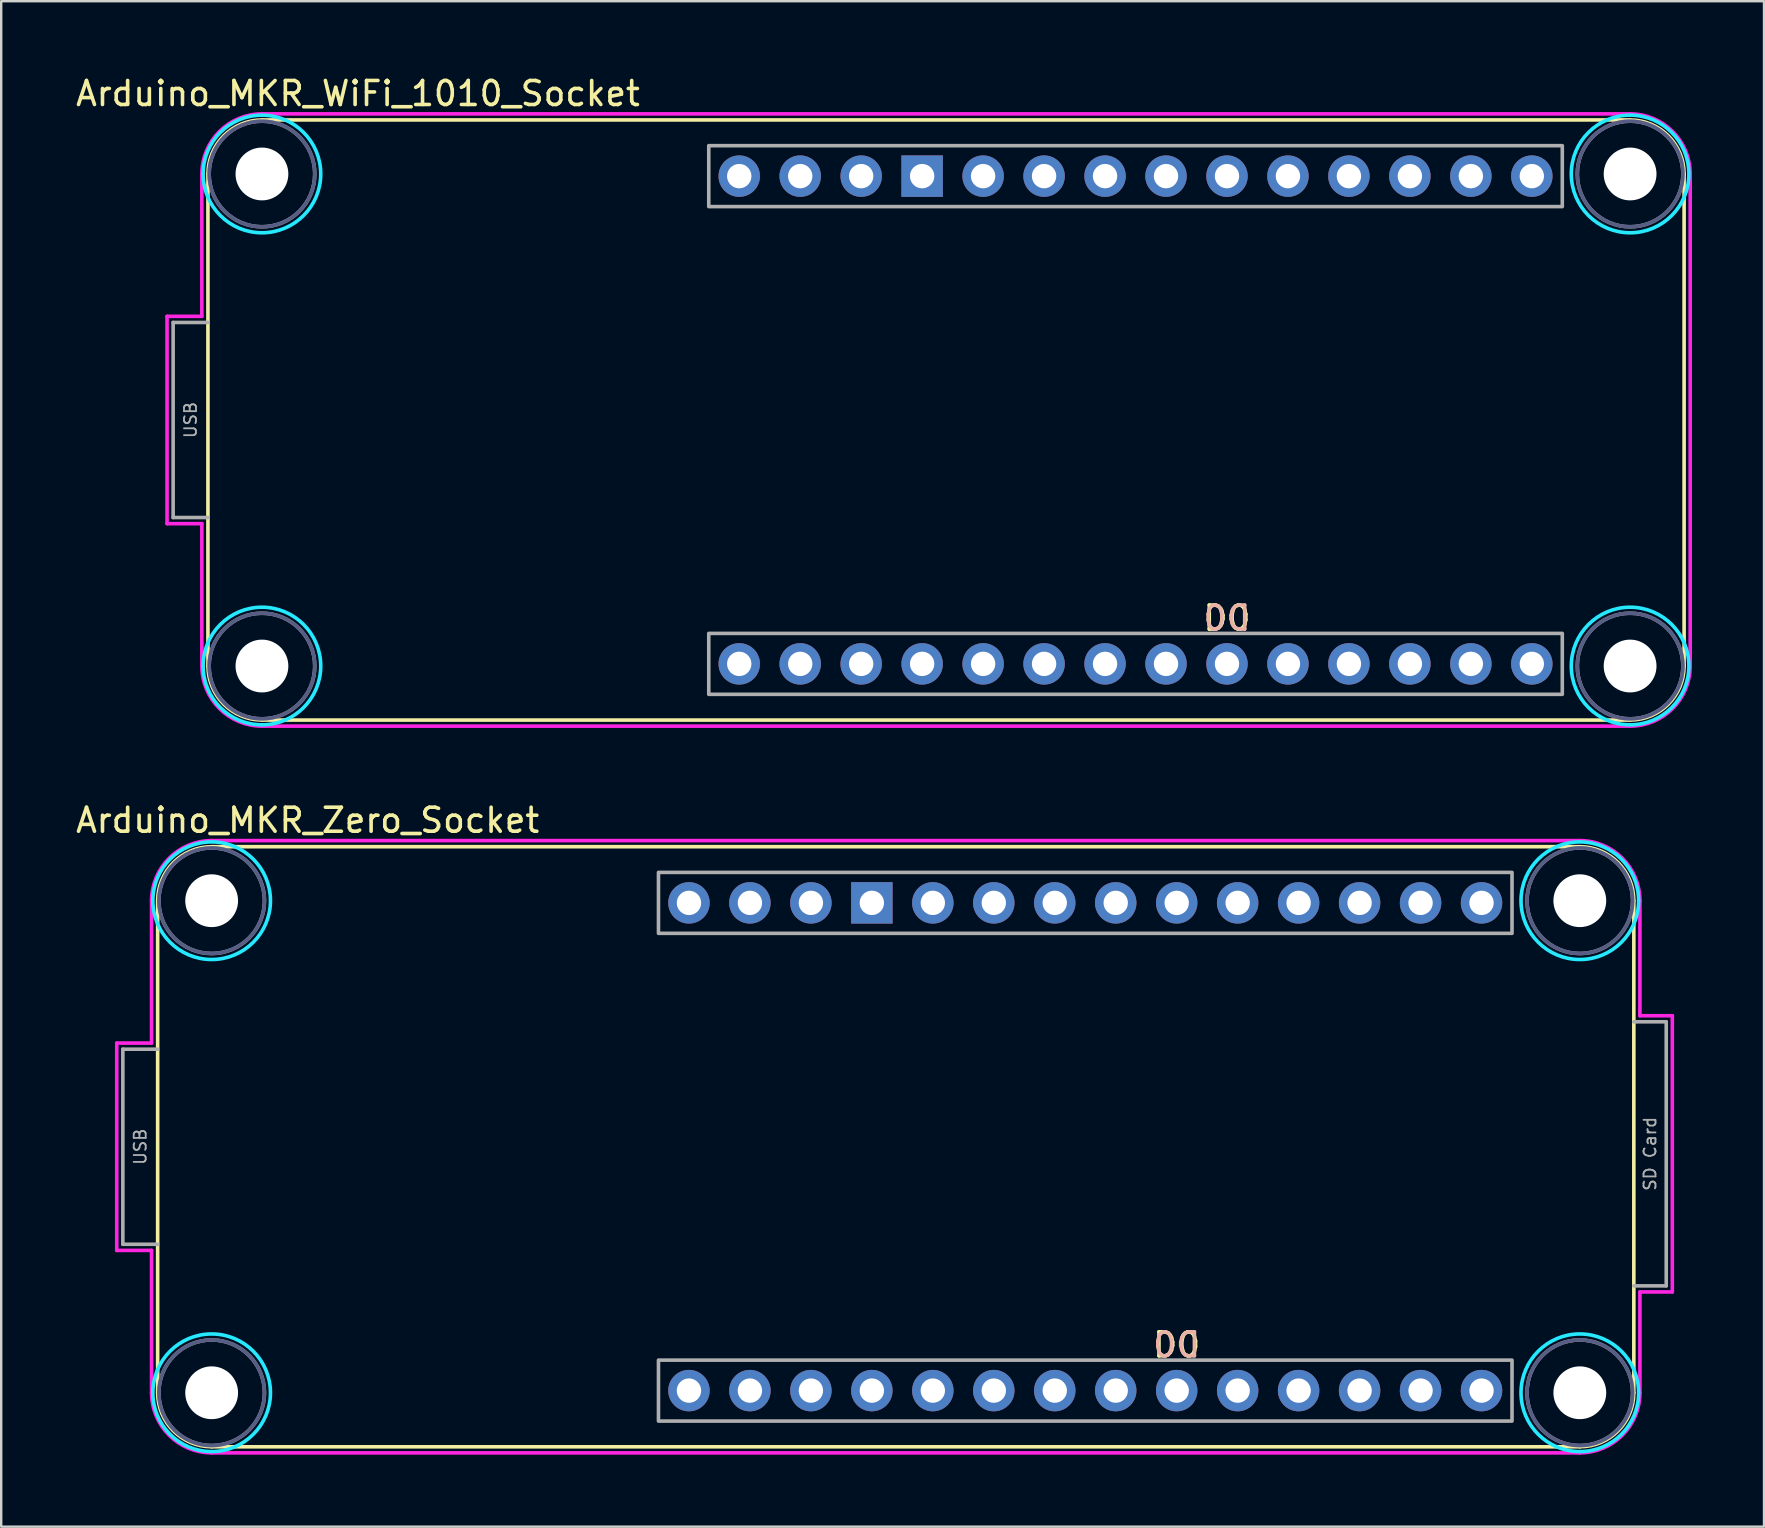
<source format=kicad_pcb>
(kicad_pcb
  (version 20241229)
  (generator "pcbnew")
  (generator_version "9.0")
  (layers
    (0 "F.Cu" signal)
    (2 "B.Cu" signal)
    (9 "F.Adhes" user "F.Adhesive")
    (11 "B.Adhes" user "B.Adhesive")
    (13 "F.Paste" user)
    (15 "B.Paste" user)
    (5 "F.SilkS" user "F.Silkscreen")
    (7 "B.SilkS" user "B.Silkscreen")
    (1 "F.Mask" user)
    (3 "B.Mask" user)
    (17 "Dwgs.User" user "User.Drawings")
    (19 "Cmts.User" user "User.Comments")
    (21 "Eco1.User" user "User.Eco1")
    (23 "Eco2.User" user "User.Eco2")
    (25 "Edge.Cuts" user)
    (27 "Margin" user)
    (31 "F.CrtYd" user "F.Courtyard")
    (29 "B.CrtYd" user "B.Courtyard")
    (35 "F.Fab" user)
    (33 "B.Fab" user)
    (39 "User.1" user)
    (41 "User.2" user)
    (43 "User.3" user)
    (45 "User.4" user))
  (footprint "Arduino_MKR_Zero_Socket"
    (layer "F.Cu")
    (at 5.768 34.475)
    (property "Reference" "Arduino_MKR_Zero_Socket" (at 4 -3.35 0) (unlocked yes) (layer "F.SilkS") (effects (font (size 1 1) (thickness 0.15))))
    (attr through_hole)
    (fp_line (start -2.25 20.5) (end -2.25 0) (stroke (width 0.15) (type solid)) (layer "F.SilkS"))
    (fp_line (start 0 -2.25) (end 57 -2.25) (stroke (width 0.15) (type solid)) (layer "F.SilkS"))
    (fp_line (start 0 22.75) (end 57 22.75) (stroke (width 0.15) (type solid)) (layer "F.SilkS"))
    (fp_line (start 59.25 20.5) (end 59.25 0) (stroke (width 0.15) (type solid)) (layer "F.SilkS"))
    (fp_arc (start -2.25 0) (mid -1.59099 -1.59099) (end 0 -2.25) (stroke (width 0.15) (type solid)) (layer "F.SilkS"))
    (fp_arc (start 0 22.75) (mid -1.59099 22.09099) (end -2.25 20.5) (stroke (width 0.15) (type solid)) (layer "F.SilkS"))
    (fp_arc (start 57 -2.25) (mid 58.59099 -1.59099) (end 59.25 0) (stroke (width 0.15) (type solid)) (layer "F.SilkS"))
    (fp_arc (start 59.25 20.5) (mid 58.59099 22.09099) (end 57 22.75) (stroke (width 0.15) (type solid)) (layer "F.SilkS"))
    (fp_circle (center 0 0) (end 2.45 0) (stroke (width 0.15) (type solid)) (fill no) (layer "B.CrtYd"))
    (fp_circle (center 0 20.5) (end 2.45 20.5) (stroke (width 0.15) (type solid)) (fill no) (layer "B.CrtYd"))
    (fp_circle (center 57 0) (end 59.45 0) (stroke (width 0.15) (type solid)) (fill no) (layer "B.CrtYd"))
    (fp_circle (center 57 20.5) (end 59.45 20.5) (stroke (width 0.15) (type solid)) (fill no) (layer "B.CrtYd"))
    (fp_line (start -3.954 5.932) (end -2.504 5.932) (stroke (width 0.15) (type solid)) (layer "F.CrtYd"))
    (fp_line (start -3.954 14.568) (end -3.954 5.932) (stroke (width 0.15) (type solid)) (layer "F.CrtYd"))
    (fp_line (start -2.504 5.932) (end -2.504 0) (stroke (width 0.15) (type solid)) (layer "F.CrtYd"))
    (fp_line (start -2.504 14.568) (end -3.954 14.568) (stroke (width 0.15) (type solid)) (layer "F.CrtYd"))
    (fp_line (start -2.504 20.5) (end -2.504 14.568) (stroke (width 0.15) (type solid)) (layer "F.CrtYd"))
    (fp_line (start 0 -2.504) (end 57 -2.504) (stroke (width 0.15) (type solid)) (layer "F.CrtYd"))
    (fp_line (start 57 23.004) (end 0 23.004) (stroke (width 0.15) (type solid)) (layer "F.CrtYd"))
    (fp_line (start 59.504 0) (end 59.504 4.792) (stroke (width 0.15) (type solid)) (layer "F.CrtYd"))
    (fp_line (start 59.504 4.792) (end 60.854 4.792) (stroke (width 0.15) (type solid)) (layer "F.CrtYd"))
    (fp_line (start 59.504 16.3) (end 59.504 20.5) (stroke (width 0.15) (type solid)) (layer "F.CrtYd"))
    (fp_line (start 60.854 4.792) (end 60.854 16.3) (stroke (width 0.15) (type solid)) (layer "F.CrtYd"))
    (fp_line (start 60.854 16.3) (end 59.504 16.3) (stroke (width 0.15) (type solid)) (layer "F.CrtYd"))
    (fp_arc (start -2.504 0) (mid -1.770595 -1.770595) (end 0 -2.504) (stroke (width 0.15) (type solid)) (layer "F.CrtYd"))
    (fp_arc (start 0 23.004) (mid -1.770595 22.270595) (end -2.504 20.5) (stroke (width 0.15) (type solid)) (layer "F.CrtYd"))
    (fp_arc (start 57 -2.504) (mid 58.770595 -1.770595) (end 59.504 0) (stroke (width 0.15) (type solid)) (layer "F.CrtYd"))
    (fp_arc (start 59.504 20.5) (mid 58.770595 22.270595) (end 57 23.004) (stroke (width 0.15) (type solid)) (layer "F.CrtYd"))
    (fp_circle (center 0 0) (end 2.2 0) (stroke (width 0.15) (type solid)) (fill no) (layer "B.Fab"))
    (fp_circle (center 0 20.5) (end 2.2 20.5) (stroke (width 0.15) (type solid)) (fill no) (layer "B.Fab"))
    (fp_circle (center 57 0) (end 59.2 0) (stroke (width 0.15) (type solid)) (fill no) (layer "B.Fab"))
    (fp_circle (center 57 20.5) (end 59.2 20.5) (stroke (width 0.15) (type solid)) (fill no) (layer "B.Fab"))
    (fp_line (start -3.7 6.186) (end -3.7 14.314) (stroke (width 0.15) (type solid)) (layer "F.Fab"))
    (fp_line (start -3.7 14.314) (end -2.25 14.314) (stroke (width 0.15) (type solid)) (layer "F.Fab"))
    (fp_line (start -2.25 6.186) (end -3.7 6.186) (stroke (width 0.15) (type solid)) (layer "F.Fab"))
    (fp_line (start 59.25 5.046) (end 60.6 5.046) (stroke (width 0.15) (type solid)) (layer "F.Fab"))
    (fp_line (start 60.6 5.046) (end 60.6 16.046) (stroke (width 0.15) (type solid)) (layer "F.Fab"))
    (fp_line (start 60.6 16.046) (end 59.25 16.046) (stroke (width 0.15) (type solid)) (layer "F.Fab"))
    (fp_rect (start 18.615 -1.18) (end 54.175 1.36) (stroke (width 0.15) (type solid)) (fill no) (layer "F.Fab"))
    (fp_rect (start 18.615 19.14) (end 54.175 21.68) (stroke (width 0.15) (type solid)) (fill no) (layer "F.Fab"))
    (fp_circle (center 0 0) (end 2.2 0) (stroke (width 0.15) (type solid)) (fill no) (layer "F.Fab"))
    (fp_circle (center 0 20.5) (end 2.2 20.5) (stroke (width 0.15) (type solid)) (fill no) (layer "F.Fab"))
    (fp_circle (center 57 0) (end 59.2 0) (stroke (width 0.15) (type solid)) (fill no) (layer "F.Fab"))
    (fp_circle (center 57 20.5) (end 59.2 20.5) (stroke (width 0.15) (type solid)) (fill no) (layer "F.Fab"))
    (fp_text user "D0" (at 40.205 18.505 0) (unlocked yes) (layer "F.SilkS") (effects (font (size 1 1) (thickness 0.15))))
    (fp_text user "D0" (at 40.205 18.505 0) (unlocked yes) (layer "B.SilkS") (effects (font (size 1 1) (thickness 0.15)) (justify mirror)))
    (fp_text user "SD Card" (at 59.925 10.546 270) (layer "F.Fab") (effects (font (size 0.5 0.5) (thickness 0.075))))
    (fp_text user "USB" (at -2.975 10.25 270) (layer "F.Fab") (effects (font (size 0.5 0.5) (thickness 0.075))))
    (pad "" np_thru_hole circle (at 0 0) (size 2.2 2.2) (drill 2.2) (layers "*.Cu" "*.Mask"))
    (pad "" np_thru_hole circle (at 0 20.5) (size 2.2 2.2) (drill 2.2) (layers "*.Cu" "*.Mask"))
    (pad "" np_thru_hole circle (at 57 0) (size 2.2 2.2) (drill 2.2) (layers "*.Cu" "*.Mask"))
    (pad "" np_thru_hole circle (at 57 20.5) (size 2.2 2.2) (drill 2.2) (layers "*.Cu" "*.Mask"))
    (pad "3V3" thru_hole circle (at 24.965 0.09) (size 1.727 1.727) (drill 1.016) (layers "*.Cu" "*.Mask"))
    (pad "5V" thru_hole circle (at 19.885 0.09) (size 1.727 1.727) (drill 1.016) (layers "*.Cu" "*.Mask"))
    (pad "A0" thru_hole circle (at 22.425 20.41) (size 1.727 1.727) (drill 1.016) (layers "*.Cu" "*.Mask"))
    (pad "A1" thru_hole circle (at 24.965 20.41) (size 1.727 1.727) (drill 1.016) (layers "*.Cu" "*.Mask"))
    (pad "A2" thru_hole circle (at 27.505 20.41) (size 1.727 1.727) (drill 1.016) (layers "*.Cu" "*.Mask"))
    (pad "A3" thru_hole circle (at 30.045 20.41) (size 1.727 1.727) (drill 1.016) (layers "*.Cu" "*.Mask"))
    (pad "A4" thru_hole circle (at 32.585 20.41) (size 1.727 1.727) (drill 1.016) (layers "*.Cu" "*.Mask"))
    (pad "A5" thru_hole circle (at 35.125 20.41) (size 1.727 1.727) (drill 1.016) (layers "*.Cu" "*.Mask"))
    (pad "A6" thru_hole circle (at 37.665 20.41) (size 1.727 1.727) (drill 1.016) (layers "*.Cu" "*.Mask"))
    (pad "AREF" thru_hole circle (at 19.885 20.41) (size 1.727 1.727) (drill 1.016) (layers "*.Cu" "*.Mask"))
    (pad "D0" thru_hole circle (at 40.205 20.41) (size 1.727 1.727) (drill 1.016) (layers "*.Cu" "*.Mask"))
    (pad "D1" thru_hole circle (at 42.745 20.41) (size 1.727 1.727) (drill 1.016) (layers "*.Cu" "*.Mask"))
    (pad "D2" thru_hole circle (at 45.285 20.41) (size 1.727 1.727) (drill 1.016) (layers "*.Cu" "*.Mask"))
    (pad "D3" thru_hole circle (at 47.825 20.41) (size 1.727 1.727) (drill 1.016) (layers "*.Cu" "*.Mask"))
    (pad "D4" thru_hole circle (at 50.365 20.41) (size 1.727 1.727) (drill 1.016) (layers "*.Cu" "*.Mask"))
    (pad "D5" thru_hole circle (at 52.905 20.41) (size 1.727 1.727) (drill 1.016) (layers "*.Cu" "*.Mask"))
    (pad "D6" thru_hole circle (at 52.905 0.09) (size 1.727 1.727) (drill 1.016) (layers "*.Cu" "*.Mask"))
    (pad "D7" thru_hole circle (at 50.365 0.09) (size 1.727 1.727) (drill 1.016) (layers "*.Cu" "*.Mask"))
    (pad "D8" thru_hole circle (at 47.825 0.09) (size 1.727 1.727) (drill 1.016) (layers "*.Cu" "*.Mask"))
    (pad "D9" thru_hole circle (at 45.285 0.09) (size 1.727 1.727) (drill 1.016) (layers "*.Cu" "*.Mask"))
    (pad "D10" thru_hole circle (at 42.745 0.09) (size 1.727 1.727) (drill 1.016) (layers "*.Cu" "*.Mask"))
    (pad "D11" thru_hole circle (at 40.205 0.09) (size 1.727 1.727) (drill 1.016) (layers "*.Cu" "*.Mask"))
    (pad "D12" thru_hole circle (at 37.665 0.09) (size 1.727 1.727) (drill 1.016) (layers "*.Cu" "*.Mask"))
    (pad "D13" thru_hole circle (at 35.125 0.09) (size 1.727 1.727) (drill 1.016) (layers "*.Cu" "*.Mask"))
    (pad "D14" thru_hole circle (at 32.585 0.09) (size 1.727 1.727) (drill 1.016) (layers "*.Cu" "*.Mask"))
    (pad "GND" thru_hole rect (at 27.505 0.09) (size 1.727 1.727) (drill 1.016) (layers "*.Cu" "*.Mask"))
    (pad "RST" thru_hole circle (at 30.045 0.09) (size 1.727 1.727) (drill 1.016) (layers "*.Cu" "*.Mask"))
    (pad "VIN" thru_hole circle (at 22.425 0.09) (size 1.727 1.727) (drill 1.016) (layers "*.Cu" "*.Mask")))
  (footprint "Arduino_MKR_WiFi_1010_Socket"
    (layer "F.Cu")
    (at 7.863 4.198)
    (property "Reference" "Arduino_MKR_WiFi_1010_Socket" (at 4 -3.35 0) (unlocked yes) (layer "F.SilkS") (effects (font (size 1 1) (thickness 0.15))))
    (attr through_hole)
    (fp_line (start -2.25 20.5) (end -2.25 0) (stroke (width 0.15) (type solid)) (layer "F.SilkS"))
    (fp_line (start 0 -2.25) (end 57 -2.25) (stroke (width 0.15) (type solid)) (layer "F.SilkS"))
    (fp_line (start 0 22.75) (end 57 22.75) (stroke (width 0.15) (type solid)) (layer "F.SilkS"))
    (fp_line (start 59.25 20.5) (end 59.25 0) (stroke (width 0.15) (type solid)) (layer "F.SilkS"))
    (fp_arc (start -2.25 0) (mid -1.59099 -1.59099) (end 0 -2.25) (stroke (width 0.15) (type solid)) (layer "F.SilkS"))
    (fp_arc (start 0 22.75) (mid -1.59099 22.09099) (end -2.25 20.5) (stroke (width 0.15) (type solid)) (layer "F.SilkS"))
    (fp_arc (start 57 -2.25) (mid 58.59099 -1.59099) (end 59.25 0) (stroke (width 0.15) (type solid)) (layer "F.SilkS"))
    (fp_arc (start 59.25 20.5) (mid 58.59099 22.09099) (end 57 22.75) (stroke (width 0.15) (type solid)) (layer "F.SilkS"))
    (fp_circle (center 0 0) (end 2.45 0) (stroke (width 0.15) (type solid)) (fill no) (layer "B.CrtYd"))
    (fp_circle (center 0 20.5) (end 2.45 20.5) (stroke (width 0.15) (type solid)) (fill no) (layer "B.CrtYd"))
    (fp_circle (center 57 0) (end 59.45 0) (stroke (width 0.15) (type solid)) (fill no) (layer "B.CrtYd"))
    (fp_circle (center 57 20.5) (end 59.45 20.5) (stroke (width 0.15) (type solid)) (fill no) (layer "B.CrtYd"))
    (fp_line (start -3.954 5.932) (end -2.504 5.932) (stroke (width 0.15) (type solid)) (layer "F.CrtYd"))
    (fp_line (start -3.954 14.568) (end -3.954 5.932) (stroke (width 0.15) (type solid)) (layer "F.CrtYd"))
    (fp_line (start -2.504 5.932) (end -2.504 0) (stroke (width 0.15) (type solid)) (layer "F.CrtYd"))
    (fp_line (start -2.504 14.568) (end -3.954 14.568) (stroke (width 0.15) (type solid)) (layer "F.CrtYd"))
    (fp_line (start -2.504 20.5) (end -2.504 14.568) (stroke (width 0.15) (type solid)) (layer "F.CrtYd"))
    (fp_line (start 0 -2.504) (end 57 -2.504) (stroke (width 0.15) (type solid)) (layer "F.CrtYd"))
    (fp_line (start 57 23.004) (end 0 23.004) (stroke (width 0.15) (type solid)) (layer "F.CrtYd"))
    (fp_line (start 59.504 0) (end 59.504 20.5) (stroke (width 0.15) (type solid)) (layer "F.CrtYd"))
    (fp_arc (start -2.504 0) (mid -1.770595 -1.770595) (end 0 -2.504) (stroke (width 0.15) (type solid)) (layer "F.CrtYd"))
    (fp_arc (start 0 23.004) (mid -1.770595 22.270595) (end -2.504 20.5) (stroke (width 0.15) (type solid)) (layer "F.CrtYd"))
    (fp_arc (start 57 -2.504) (mid 58.770595 -1.770595) (end 59.504 0) (stroke (width 0.15) (type solid)) (layer "F.CrtYd"))
    (fp_arc (start 59.504 20.5) (mid 58.770595 22.270595) (end 57 23.004) (stroke (width 0.15) (type solid)) (layer "F.CrtYd"))
    (fp_circle (center 0 0) (end 2.2 0) (stroke (width 0.15) (type solid)) (fill no) (layer "B.Fab"))
    (fp_circle (center 0 20.5) (end 2.2 20.5) (stroke (width 0.15) (type solid)) (fill no) (layer "B.Fab"))
    (fp_circle (center 57 0) (end 59.2 0) (stroke (width 0.15) (type solid)) (fill no) (layer "B.Fab"))
    (fp_circle (center 57 20.5) (end 59.2 20.5) (stroke (width 0.15) (type solid)) (fill no) (layer "B.Fab"))
    (fp_line (start -3.7 6.186) (end -3.7 14.314) (stroke (width 0.15) (type solid)) (layer "F.Fab"))
    (fp_line (start -3.7 14.314) (end -2.25 14.314) (stroke (width 0.15) (type solid)) (layer "F.Fab"))
    (fp_line (start -2.25 6.186) (end -3.7 6.186) (stroke (width 0.15) (type solid)) (layer "F.Fab"))
    (fp_rect (start 18.615 -1.18) (end 54.175 1.36) (stroke (width 0.15) (type solid)) (fill no) (layer "F.Fab"))
    (fp_rect (start 18.615 19.14) (end 54.175 21.68) (stroke (width 0.15) (type solid)) (fill no) (layer "F.Fab"))
    (fp_circle (center 0 0) (end 2.2 0) (stroke (width 0.15) (type solid)) (fill no) (layer "F.Fab"))
    (fp_circle (center 0 20.5) (end 2.2 20.5) (stroke (width 0.15) (type solid)) (fill no) (layer "F.Fab"))
    (fp_circle (center 57 0) (end 59.2 0) (stroke (width 0.15) (type solid)) (fill no) (layer "F.Fab"))
    (fp_circle (center 57 20.5) (end 59.2 20.5) (stroke (width 0.15) (type solid)) (fill no) (layer "F.Fab"))
    (fp_text user "D0" (at 40.205 18.505 0) (unlocked yes) (layer "F.SilkS") (effects (font (size 1 1) (thickness 0.15))))
    (fp_text user "D0" (at 40.205 18.505 0) (unlocked yes) (layer "B.SilkS") (effects (font (size 1 1) (thickness 0.15)) (justify mirror)))
    (fp_text user "USB" (at -2.975 10.25 270) (layer "F.Fab") (effects (font (size 0.5 0.5) (thickness 0.075))))
    (pad "" np_thru_hole circle (at 0 0) (size 2.2 2.2) (drill 2.2) (layers "*.Cu" "*.Mask"))
    (pad "" np_thru_hole circle (at 0 20.5) (size 2.2 2.2) (drill 2.2) (layers "*.Cu" "*.Mask"))
    (pad "" np_thru_hole circle (at 57 0) (size 2.2 2.2) (drill 2.2) (layers "*.Cu" "*.Mask"))
    (pad "" np_thru_hole circle (at 57 20.5) (size 2.2 2.2) (drill 2.2) (layers "*.Cu" "*.Mask"))
    (pad "3V3" thru_hole circle (at 24.965 0.09) (size 1.727 1.727) (drill 1.016) (layers "*.Cu" "*.Mask"))
    (pad "5V" thru_hole circle (at 19.885 0.09) (size 1.727 1.727) (drill 1.016) (layers "*.Cu" "*.Mask"))
    (pad "A0" thru_hole circle (at 22.425 20.41) (size 1.727 1.727) (drill 1.016) (layers "*.Cu" "*.Mask"))
    (pad "A1" thru_hole circle (at 24.965 20.41) (size 1.727 1.727) (drill 1.016) (layers "*.Cu" "*.Mask"))
    (pad "A2" thru_hole circle (at 27.505 20.41) (size 1.727 1.727) (drill 1.016) (layers "*.Cu" "*.Mask"))
    (pad "A3" thru_hole circle (at 30.045 20.41) (size 1.727 1.727) (drill 1.016) (layers "*.Cu" "*.Mask"))
    (pad "A4" thru_hole circle (at 32.585 20.41) (size 1.727 1.727) (drill 1.016) (layers "*.Cu" "*.Mask"))
    (pad "A5" thru_hole circle (at 35.125 20.41) (size 1.727 1.727) (drill 1.016) (layers "*.Cu" "*.Mask"))
    (pad "A6" thru_hole circle (at 37.665 20.41) (size 1.727 1.727) (drill 1.016) (layers "*.Cu" "*.Mask"))
    (pad "AREF" thru_hole circle (at 19.885 20.41) (size 1.727 1.727) (drill 1.016) (layers "*.Cu" "*.Mask"))
    (pad "D0" thru_hole circle (at 40.205 20.41) (size 1.727 1.727) (drill 1.016) (layers "*.Cu" "*.Mask"))
    (pad "D1" thru_hole circle (at 42.745 20.41) (size 1.727 1.727) (drill 1.016) (layers "*.Cu" "*.Mask"))
    (pad "D2" thru_hole circle (at 45.285 20.41) (size 1.727 1.727) (drill 1.016) (layers "*.Cu" "*.Mask"))
    (pad "D3" thru_hole circle (at 47.825 20.41) (size 1.727 1.727) (drill 1.016) (layers "*.Cu" "*.Mask"))
    (pad "D4" thru_hole circle (at 50.365 20.41) (size 1.727 1.727) (drill 1.016) (layers "*.Cu" "*.Mask"))
    (pad "D5" thru_hole circle (at 52.905 20.41) (size 1.727 1.727) (drill 1.016) (layers "*.Cu" "*.Mask"))
    (pad "D6" thru_hole circle (at 52.905 0.09) (size 1.727 1.727) (drill 1.016) (layers "*.Cu" "*.Mask"))
    (pad "D7" thru_hole circle (at 50.365 0.09) (size 1.727 1.727) (drill 1.016) (layers "*.Cu" "*.Mask"))
    (pad "D8" thru_hole circle (at 47.825 0.09) (size 1.727 1.727) (drill 1.016) (layers "*.Cu" "*.Mask"))
    (pad "D9" thru_hole circle (at 45.285 0.09) (size 1.727 1.727) (drill 1.016) (layers "*.Cu" "*.Mask"))
    (pad "D10" thru_hole circle (at 42.745 0.09) (size 1.727 1.727) (drill 1.016) (layers "*.Cu" "*.Mask"))
    (pad "D11" thru_hole circle (at 40.205 0.09) (size 1.727 1.727) (drill 1.016) (layers "*.Cu" "*.Mask"))
    (pad "D12" thru_hole circle (at 37.665 0.09) (size 1.727 1.727) (drill 1.016) (layers "*.Cu" "*.Mask"))
    (pad "D13" thru_hole circle (at 35.125 0.09) (size 1.727 1.727) (drill 1.016) (layers "*.Cu" "*.Mask"))
    (pad "D14" thru_hole circle (at 32.585 0.09) (size 1.727 1.727) (drill 1.016) (layers "*.Cu" "*.Mask"))
    (pad "GND" thru_hole rect (at 27.505 0.09) (size 1.727 1.727) (drill 1.016) (layers "*.Cu" "*.Mask"))
    (pad "RST" thru_hole circle (at 30.045 0.09) (size 1.727 1.727) (drill 1.016) (layers "*.Cu" "*.Mask"))
    (pad "VIN" thru_hole circle (at 22.425 0.09) (size 1.727 1.727) (drill 1.016) (layers "*.Cu" "*.Mask")))
  (gr_rect
    (start -3 -3)
    (end 70.442 60.554)
    (stroke (width 0.1) (type default))
    (fill no)
    (layer "Edge.Cuts")))
</source>
